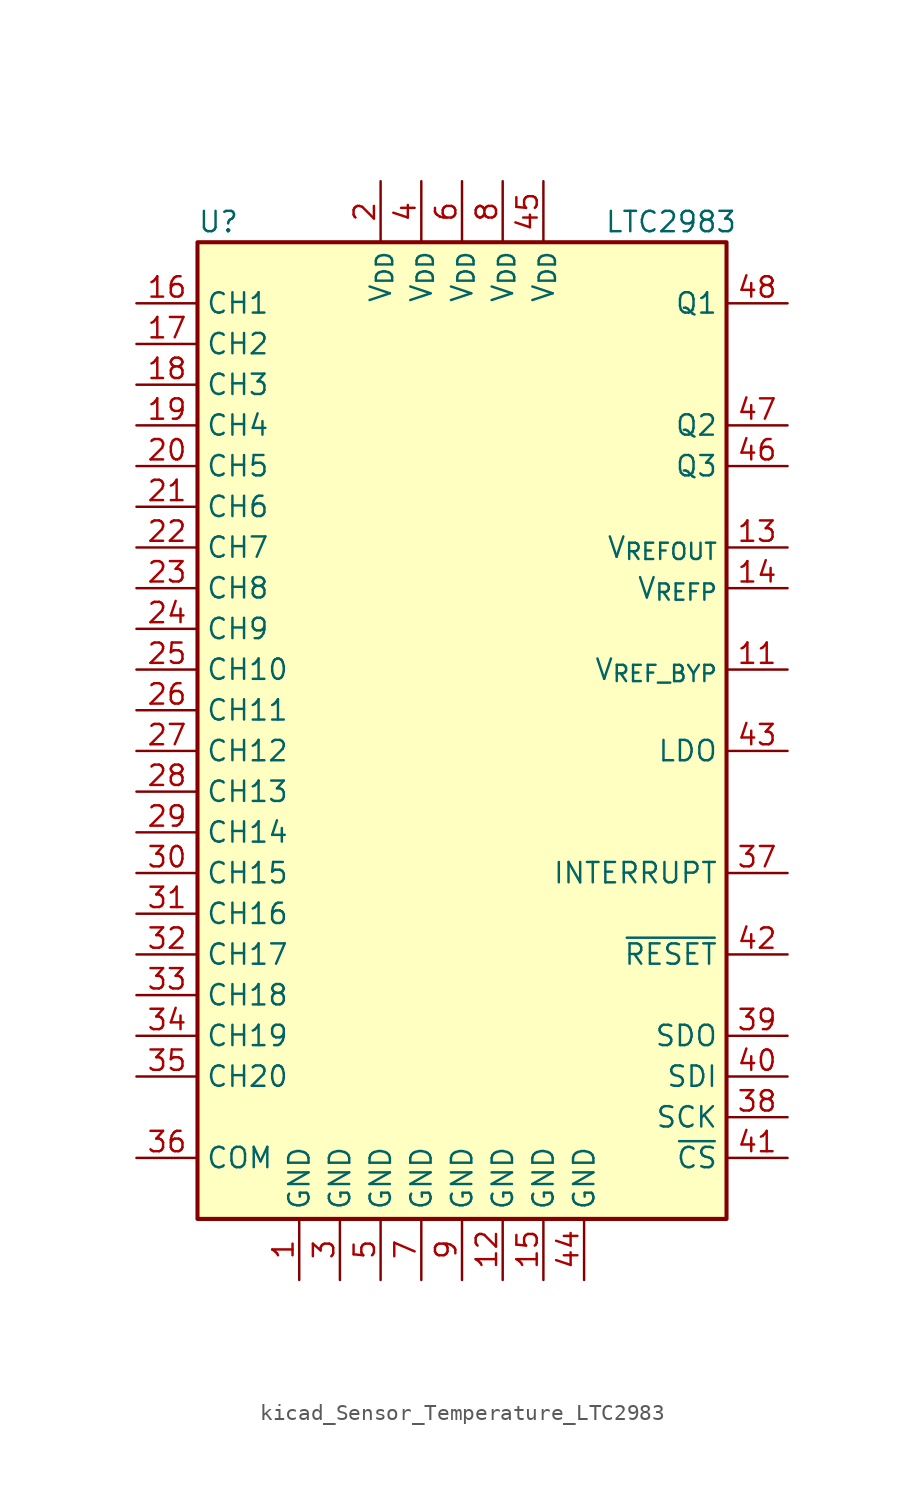
<source format=kicad_sym>
(kicad_symbol_lib
  (version 20220914)
  (generator kicad_symbol_editor)
  (symbol "kicad_Sensor_Temperature_LTC2983"
    (property "Reference" "U"
      (at -16.51 33.02 0)
      (effects (font (size 1.27 1.27)) (justify left)))
    (property "Value" "LTC2983"
      (at 8.89 33.02 0)
      (effects (font (size 1.27 1.27)) (justify left)))
    (symbol "kicad_Sensor_Temperature_LTC2983_0_1"
      (rectangle (start -16.51 31.75) (end 16.51 -29.21) (stroke (width 0.254) (type default)) (fill (type background))))
    (symbol "kicad_Sensor_Temperature_LTC2983_1_1"
      (pin power_in line (at -10.16 -33.02 90) (length 3.81) (name "GND" (effects (font (size 1.27 1.27)))) (number "1" (effects (font (size 1.27 1.27)))))
      (pin no_connect line (at 16.51 22.86 180) (length 3.81) hide (name "NC" (effects (font (size 1.27 1.27)))) (number "10" (effects (font (size 1.27 1.27)))))
      (pin passive line (at 20.32 5.08 180) (length 3.81) (name "V_{REF_BYP}" (effects (font (size 1.27 1.27)))) (number "11" (effects (font (size 1.27 1.27)))))
      (pin power_in line (at 2.54 -33.02 90) (length 3.81) (name "GND" (effects (font (size 1.27 1.27)))) (number "12" (effects (font (size 1.27 1.27)))))
      (pin passive line (at 20.32 12.7 180) (length 3.81) (name "V_{REFOUT}" (effects (font (size 1.27 1.27)))) (number "13" (effects (font (size 1.27 1.27)))))
      (pin passive line (at 20.32 10.16 180) (length 3.81) (name "V_{REFP}" (effects (font (size 1.27 1.27)))) (number "14" (effects (font (size 1.27 1.27)))))
      (pin power_in line (at 5.08 -33.02 90) (length 3.81) (name "GND" (effects (font (size 1.27 1.27)))) (number "15" (effects (font (size 1.27 1.27)))))
      (pin passive line (at -20.32 27.94 0) (length 3.81) (name "CH1" (effects (font (size 1.27 1.27)))) (number "16" (effects (font (size 1.27 1.27)))))
      (pin passive line (at -20.32 25.4 0) (length 3.81) (name "CH2" (effects (font (size 1.27 1.27)))) (number "17" (effects (font (size 1.27 1.27)))))
      (pin passive line (at -20.32 22.86 0) (length 3.81) (name "CH3" (effects (font (size 1.27 1.27)))) (number "18" (effects (font (size 1.27 1.27)))))
      (pin passive line (at -20.32 20.32 0) (length 3.81) (name "CH4" (effects (font (size 1.27 1.27)))) (number "19" (effects (font (size 1.27 1.27)))))
      (pin power_in line (at -5.08 35.56 270) (length 3.81) (name "V_{DD}" (effects (font (size 1.27 1.27)))) (number "2" (effects (font (size 1.27 1.27)))))
      (pin passive line (at -20.32 17.78 0) (length 3.81) (name "CH5" (effects (font (size 1.27 1.27)))) (number "20" (effects (font (size 1.27 1.27)))))
      (pin passive line (at -20.32 15.24 0) (length 3.81) (name "CH6" (effects (font (size 1.27 1.27)))) (number "21" (effects (font (size 1.27 1.27)))))
      (pin passive line (at -20.32 12.7 0) (length 3.81) (name "CH7" (effects (font (size 1.27 1.27)))) (number "22" (effects (font (size 1.27 1.27)))))
      (pin passive line (at -20.32 10.16 0) (length 3.81) (name "CH8" (effects (font (size 1.27 1.27)))) (number "23" (effects (font (size 1.27 1.27)))))
      (pin passive line (at -20.32 7.62 0) (length 3.81) (name "CH9" (effects (font (size 1.27 1.27)))) (number "24" (effects (font (size 1.27 1.27)))))
      (pin passive line (at -20.32 5.08 0) (length 3.81) (name "CH10" (effects (font (size 1.27 1.27)))) (number "25" (effects (font (size 1.27 1.27)))))
      (pin passive line (at -20.32 2.54 0) (length 3.81) (name "CH11" (effects (font (size 1.27 1.27)))) (number "26" (effects (font (size 1.27 1.27)))))
      (pin passive line (at -20.32 0 0) (length 3.81) (name "CH12" (effects (font (size 1.27 1.27)))) (number "27" (effects (font (size 1.27 1.27)))))
      (pin passive line (at -20.32 -2.54 0) (length 3.81) (name "CH13" (effects (font (size 1.27 1.27)))) (number "28" (effects (font (size 1.27 1.27)))))
      (pin passive line (at -20.32 -5.08 0) (length 3.81) (name "CH14" (effects (font (size 1.27 1.27)))) (number "29" (effects (font (size 1.27 1.27)))))
      (pin power_in line (at -7.62 -33.02 90) (length 3.81) (name "GND" (effects (font (size 1.27 1.27)))) (number "3" (effects (font (size 1.27 1.27)))))
      (pin passive line (at -20.32 -7.62 0) (length 3.81) (name "CH15" (effects (font (size 1.27 1.27)))) (number "30" (effects (font (size 1.27 1.27)))))
      (pin passive line (at -20.32 -10.16 0) (length 3.81) (name "CH16" (effects (font (size 1.27 1.27)))) (number "31" (effects (font (size 1.27 1.27)))))
      (pin passive line (at -20.32 -12.7 0) (length 3.81) (name "CH17" (effects (font (size 1.27 1.27)))) (number "32" (effects (font (size 1.27 1.27)))))
      (pin passive line (at -20.32 -15.24 0) (length 3.81) (name "CH18" (effects (font (size 1.27 1.27)))) (number "33" (effects (font (size 1.27 1.27)))))
      (pin passive line (at -20.32 -17.78 0) (length 3.81) (name "CH19" (effects (font (size 1.27 1.27)))) (number "34" (effects (font (size 1.27 1.27)))))
      (pin passive line (at -20.32 -20.32 0) (length 3.81) (name "CH20" (effects (font (size 1.27 1.27)))) (number "35" (effects (font (size 1.27 1.27)))))
      (pin passive line (at -20.32 -25.4 0) (length 3.81) (name "COM" (effects (font (size 1.27 1.27)))) (number "36" (effects (font (size 1.27 1.27)))))
      (pin output line (at 20.32 -7.62 180) (length 3.81) (name "INTERRUPT" (effects (font (size 1.27 1.27)))) (number "37" (effects (font (size 1.27 1.27)))))
      (pin input line (at 20.32 -22.86 180) (length 3.81) (name "SCK" (effects (font (size 1.27 1.27)))) (number "38" (effects (font (size 1.27 1.27)))))
      (pin tri_state line (at 20.32 -17.78 180) (length 3.81) (name "SDO" (effects (font (size 1.27 1.27)))) (number "39" (effects (font (size 1.27 1.27)))))
      (pin power_in line (at -2.54 35.56 270) (length 3.81) (name "V_{DD}" (effects (font (size 1.27 1.27)))) (number "4" (effects (font (size 1.27 1.27)))))
      (pin input line (at 20.32 -20.32 180) (length 3.81) (name "SDI" (effects (font (size 1.27 1.27)))) (number "40" (effects (font (size 1.27 1.27)))))
      (pin input line (at 20.32 -25.4 180) (length 3.81) (name "~{CS}" (effects (font (size 1.27 1.27)))) (number "41" (effects (font (size 1.27 1.27)))))
      (pin input line (at 20.32 -12.7 180) (length 3.81) (name "~{RESET}" (effects (font (size 1.27 1.27)))) (number "42" (effects (font (size 1.27 1.27)))))
      (pin passive line (at 20.32 0 180) (length 3.81) (name "LDO" (effects (font (size 1.27 1.27)))) (number "43" (effects (font (size 1.27 1.27)))))
      (pin power_in line (at 7.62 -33.02 90) (length 3.81) (name "GND" (effects (font (size 1.27 1.27)))) (number "44" (effects (font (size 1.27 1.27)))))
      (pin power_in line (at 5.08 35.56 270) (length 3.81) (name "V_{DD}" (effects (font (size 1.27 1.27)))) (number "45" (effects (font (size 1.27 1.27)))))
      (pin passive line (at 20.32 17.78 180) (length 3.81) (name "Q3" (effects (font (size 1.27 1.27)))) (number "46" (effects (font (size 1.27 1.27)))))
      (pin passive line (at 20.32 20.32 180) (length 3.81) (name "Q2" (effects (font (size 1.27 1.27)))) (number "47" (effects (font (size 1.27 1.27)))))
      (pin passive line (at 20.32 27.94 180) (length 3.81) (name "Q1" (effects (font (size 1.27 1.27)))) (number "48" (effects (font (size 1.27 1.27)))))
      (pin power_in line (at -5.08 -33.02 90) (length 3.81) (name "GND" (effects (font (size 1.27 1.27)))) (number "5" (effects (font (size 1.27 1.27)))))
      (pin power_in line (at 0 35.56 270) (length 3.81) (name "V_{DD}" (effects (font (size 1.27 1.27)))) (number "6" (effects (font (size 1.27 1.27)))))
      (pin power_in line (at -2.54 -33.02 90) (length 3.81) (name "GND" (effects (font (size 1.27 1.27)))) (number "7" (effects (font (size 1.27 1.27)))))
      (pin power_in line (at 2.54 35.56 270) (length 3.81) (name "V_{DD}" (effects (font (size 1.27 1.27)))) (number "8" (effects (font (size 1.27 1.27)))))
      (pin power_in line (at 0 -33.02 90) (length 3.81) (name "GND" (effects (font (size 1.27 1.27)))) (number "9" (effects (font (size 1.27 1.27))))))))
</source>
